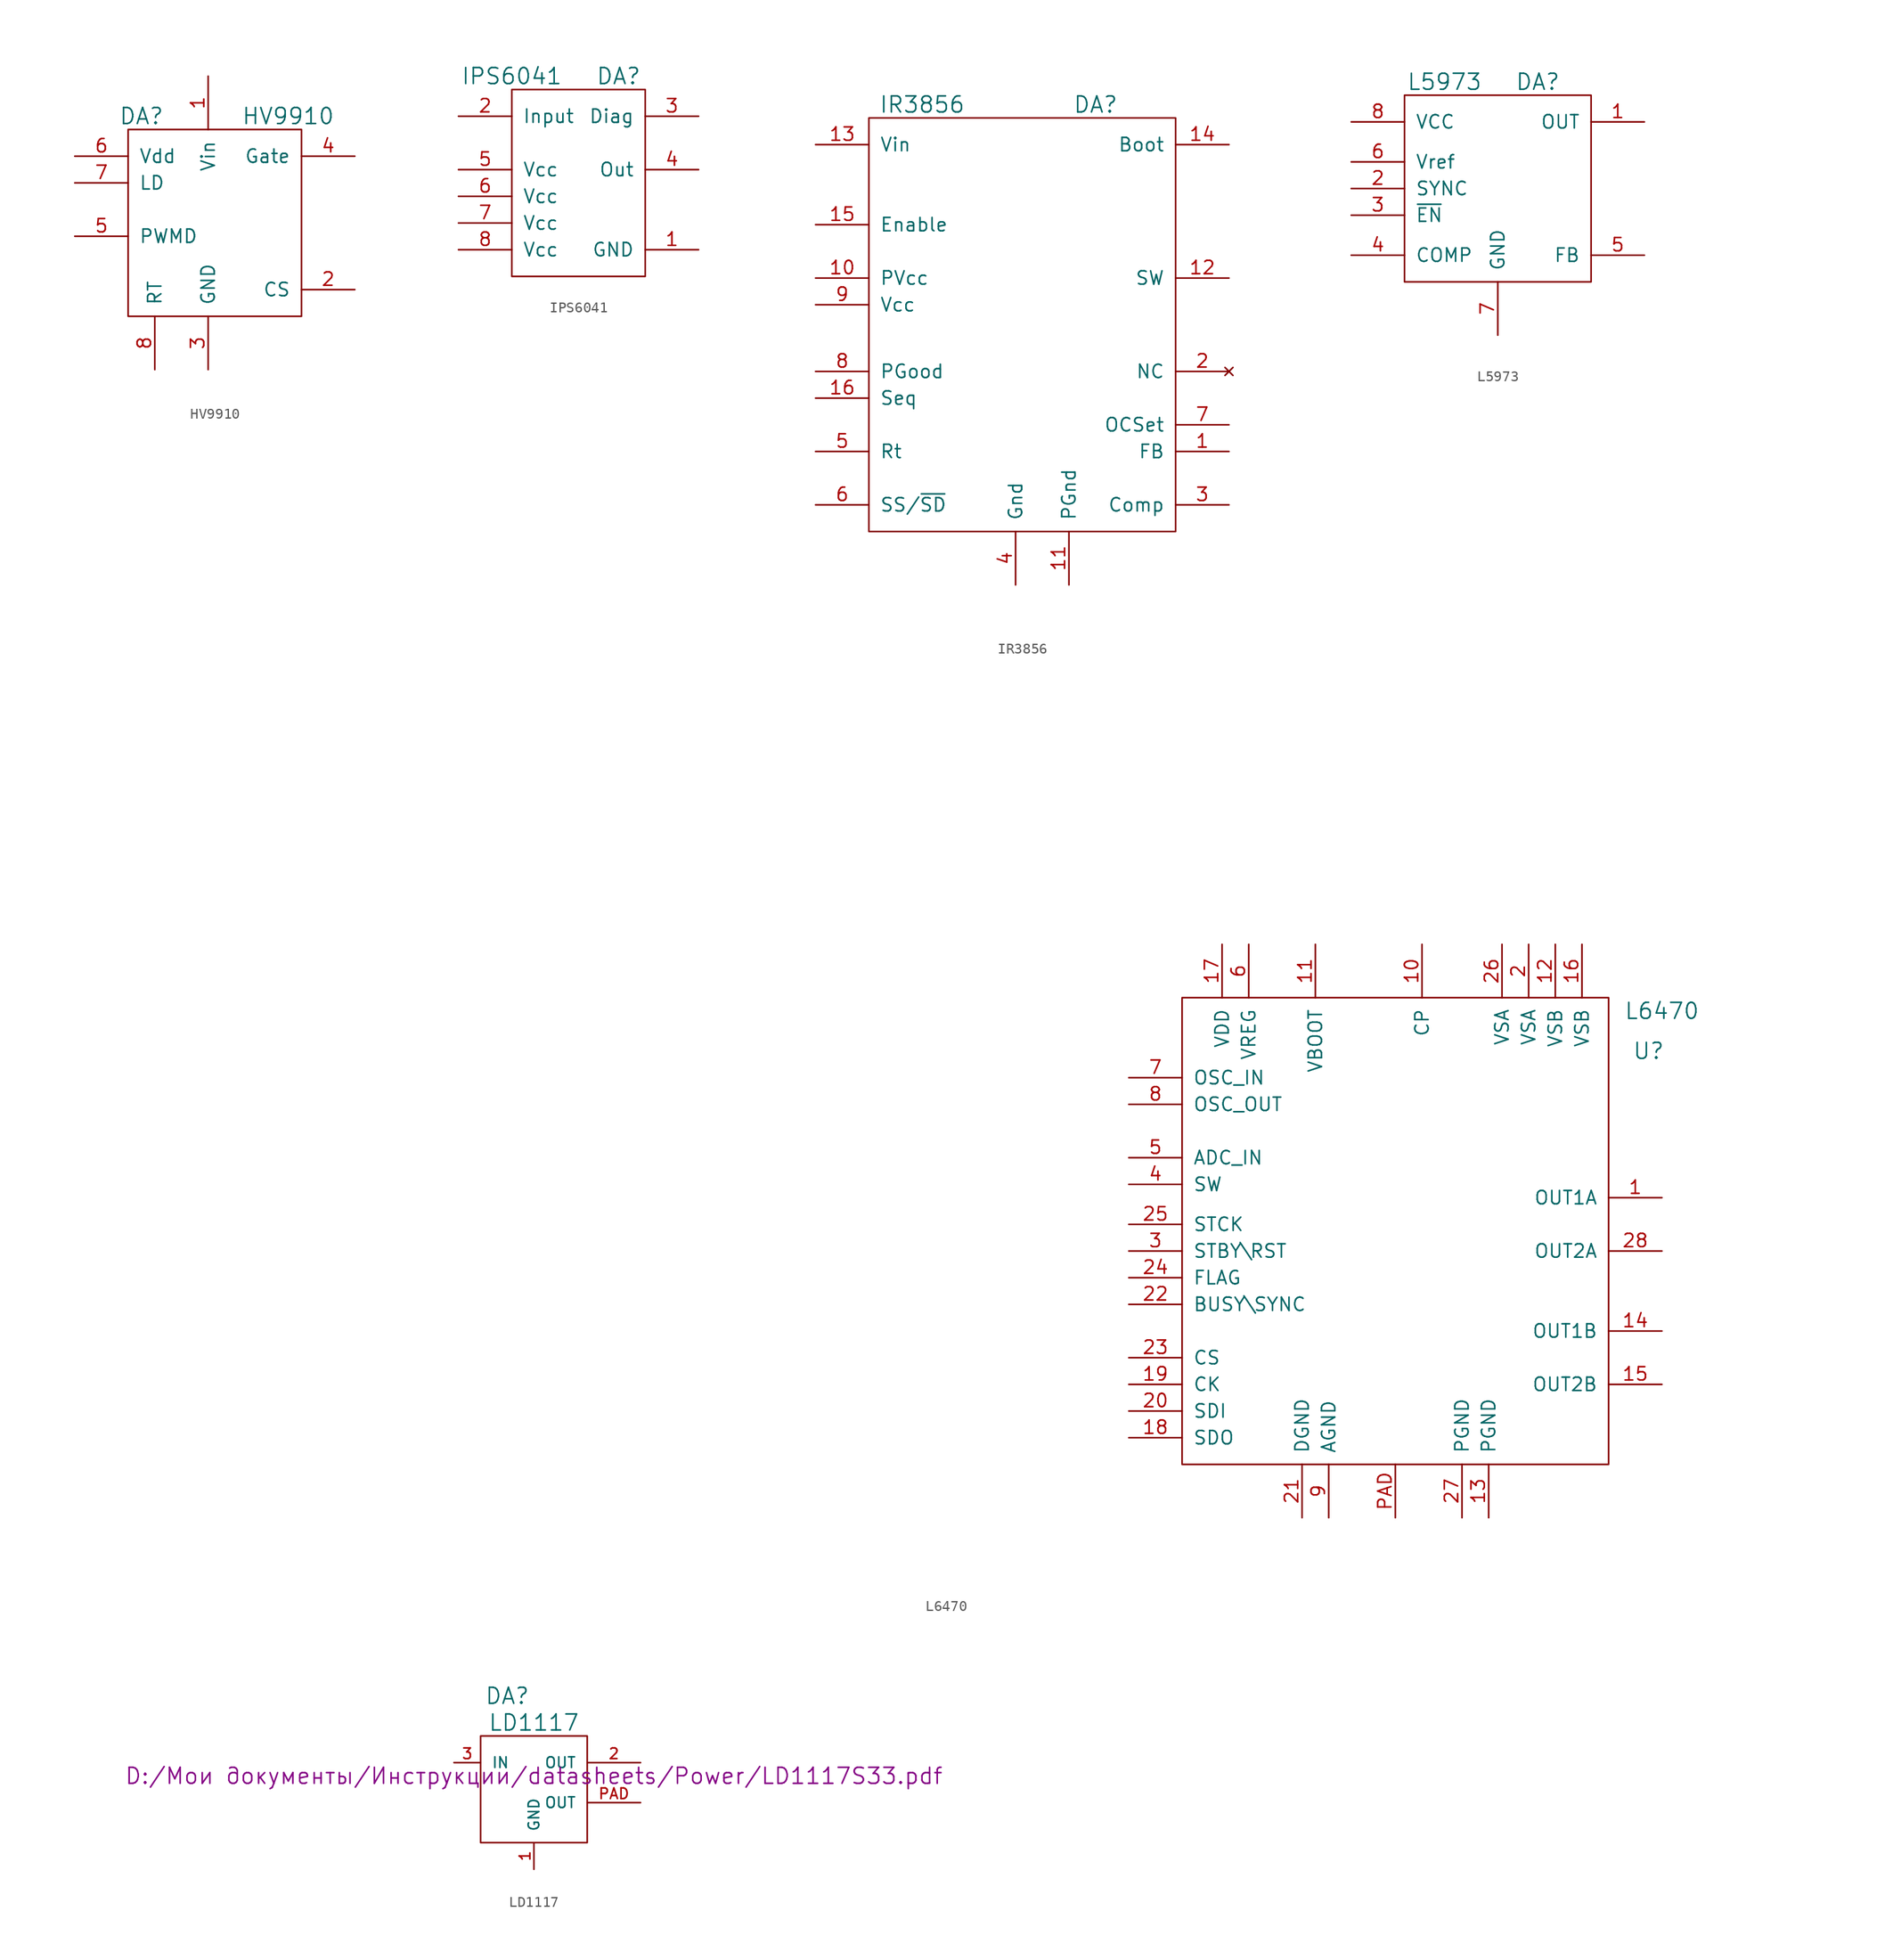
<source format=kicad_sym>
(kicad_symbol_lib
  (version 20231120)
  (generator "kicad_symbol_editor")
  (generator_version "8.0")
  (symbol "HV9910"
    (pin_names
      (offset 1.016))
    (property "Reference" "DA"
      (at -8.89 11.43 0)
      (effects (font (size 1.524 1.524))))
    (property "Value" "HV9910"
      (at 5.08 11.43 0)
      (effects (font (size 1.524 1.524))))
    (property "Footprint" ""
      (at 0 0 0)
      (effects (font (size 1.524 1.524))))
    (property "Datasheet" ""
      (at 0 0 0)
      (effects (font (size 1.524 1.524))))
    (symbol "HV9910_0_1"
      (rectangle (start -10.16 10.16) (end 6.35 -7.62) (stroke (width 0) (type default)) (fill (type none))))
    (symbol "HV9910_1_1"
      (pin power_in line (at -2.54 15.24 270) (length 5.08) (name "Vin" (effects (font (size 1.27 1.27)))) (number "1" (effects (font (size 1.27 1.27)))))
      (pin passive line (at 11.43 -5.08 180) (length 5.08) (name "CS" (effects (font (size 1.27 1.27)))) (number "2" (effects (font (size 1.27 1.27)))))
      (pin passive line (at -2.54 -12.7 90) (length 5.08) (name "GND" (effects (font (size 1.27 1.27)))) (number "3" (effects (font (size 1.27 1.27)))))
      (pin passive line (at 11.43 7.62 180) (length 5.08) (name "Gate" (effects (font (size 1.27 1.27)))) (number "4" (effects (font (size 1.27 1.27)))))
      (pin passive line (at -15.24 0 0) (length 5.08) (name "PWMD" (effects (font (size 1.27 1.27)))) (number "5" (effects (font (size 1.27 1.27)))))
      (pin passive line (at -15.24 7.62 0) (length 5.08) (name "Vdd" (effects (font (size 1.27 1.27)))) (number "6" (effects (font (size 1.27 1.27)))))
      (pin passive line (at -15.24 5.08 0) (length 5.08) (name "LD" (effects (font (size 1.27 1.27)))) (number "7" (effects (font (size 1.27 1.27)))))
      (pin passive line (at -7.62 -12.7 90) (length 5.08) (name "RT" (effects (font (size 1.27 1.27)))) (number "8" (effects (font (size 1.27 1.27)))))))
  (symbol "IPS6041"
    (pin_names
      (offset 1.016))
    (property "Reference" "DA"
      (at 3.81 11.43 0)
      (effects (font (size 1.524 1.524))))
    (property "Value" "IPS6041"
      (at -6.35 11.43 0)
      (effects (font (size 1.524 1.524))))
    (property "Datasheet" ""
      (at 0 0 0)
      (effects (font (size 1.524 1.524))))
    (symbol "IPS6041_0_1"
      (rectangle (start 6.35 -7.62) (end -6.35 10.16) (stroke (width 0) (type default)) (fill (type none))))
    (symbol "IPS6041_1_1"
      (pin power_in line (at 11.43 -5.08 180) (length 5.08) (name "GND" (effects (font (size 1.27 1.27)))) (number "1" (effects (font (size 1.27 1.27)))))
      (pin passive line (at -11.43 7.62 0) (length 5.08) (name "Input" (effects (font (size 1.27 1.27)))) (number "2" (effects (font (size 1.27 1.27)))))
      (pin passive line (at 11.43 7.62 180) (length 5.08) (name "Diag" (effects (font (size 1.27 1.27)))) (number "3" (effects (font (size 1.27 1.27)))))
      (pin passive line (at 11.43 2.54 180) (length 5.08) (name "Out" (effects (font (size 1.27 1.27)))) (number "4" (effects (font (size 1.27 1.27)))))
      (pin power_in line (at -11.43 2.54 0) (length 5.08) (name "Vcc" (effects (font (size 1.27 1.27)))) (number "5" (effects (font (size 1.27 1.27)))))
      (pin power_in line (at -11.43 0 0) (length 5.08) (name "Vcc" (effects (font (size 1.27 1.27)))) (number "6" (effects (font (size 1.27 1.27)))))
      (pin power_in line (at -11.43 -2.54 0) (length 5.08) (name "Vcc" (effects (font (size 1.27 1.27)))) (number "7" (effects (font (size 1.27 1.27)))))
      (pin power_in line (at -11.43 -5.08 0) (length 5.08) (name "Vcc" (effects (font (size 1.27 1.27)))) (number "8" (effects (font (size 1.27 1.27)))))))
  (symbol "IR3856"
    (pin_names
      (offset 1.016))
    (property "Reference" "DA"
      (at 7.62 20.32 0)
      (effects (font (size 1.524 1.524))))
    (property "Value" "IR3856"
      (at -8.89 20.32 0)
      (effects (font (size 1.524 1.524))))
    (property "Datasheet" ""
      (at 2.54 3.81 0)
      (effects (font (size 1.524 1.524))))
    (symbol "IR3856_0_1"
      (rectangle (start 15.24 -20.32) (end -13.97 19.05) (stroke (width 0) (type default)) (fill (type none))))
    (symbol "IR3856_1_1"
      (pin passive line (at 20.32 -12.7 180) (length 5.08) (name "FB" (effects (font (size 1.27 1.27)))) (number "1" (effects (font (size 1.27 1.27)))))
      (pin passive line (at -19.05 3.81 0) (length 5.08) (name "PVcc" (effects (font (size 1.27 1.27)))) (number "10" (effects (font (size 1.27 1.27)))))
      (pin passive line (at 5.08 -25.4 90) (length 5.08) (name "PGnd" (effects (font (size 1.27 1.27)))) (number "11" (effects (font (size 1.27 1.27)))))
      (pin passive line (at 20.32 3.81 180) (length 5.08) (name "SW" (effects (font (size 1.27 1.27)))) (number "12" (effects (font (size 1.27 1.27)))))
      (pin passive line (at -19.05 16.51 0) (length 5.08) (name "Vin" (effects (font (size 1.27 1.27)))) (number "13" (effects (font (size 1.27 1.27)))))
      (pin passive line (at 20.32 16.51 180) (length 5.08) (name "Boot" (effects (font (size 1.27 1.27)))) (number "14" (effects (font (size 1.27 1.27)))))
      (pin passive line (at -19.05 8.89 0) (length 5.08) (name "Enable" (effects (font (size 1.27 1.27)))) (number "15" (effects (font (size 1.27 1.27)))))
      (pin passive line (at -19.05 -7.62 0) (length 5.08) (name "Seq" (effects (font (size 1.27 1.27)))) (number "16" (effects (font (size 1.27 1.27)))))
      (pin no_connect line (at 20.32 -5.08 180) (length 5.08) (name "NC" (effects (font (size 1.27 1.27)))) (number "2" (effects (font (size 1.27 1.27)))))
      (pin passive line (at 20.32 -17.78 180) (length 5.08) (name "Comp" (effects (font (size 1.27 1.27)))) (number "3" (effects (font (size 1.27 1.27)))))
      (pin passive line (at 0 -25.4 90) (length 5.08) (name "Gnd" (effects (font (size 1.27 1.27)))) (number "4" (effects (font (size 1.27 1.27)))))
      (pin passive line (at -19.05 -12.7 0) (length 5.08) (name "Rt" (effects (font (size 1.27 1.27)))) (number "5" (effects (font (size 1.27 1.27)))))
      (pin passive line (at -19.05 -17.78 0) (length 5.08) (name "SS/~{SD}" (effects (font (size 1.27 1.27)))) (number "6" (effects (font (size 1.27 1.27)))))
      (pin passive line (at 20.32 -10.16 180) (length 5.08) (name "OCSet" (effects (font (size 1.27 1.27)))) (number "7" (effects (font (size 1.27 1.27)))))
      (pin passive line (at -19.05 -5.08 0) (length 5.08) (name "PGood" (effects (font (size 1.27 1.27)))) (number "8" (effects (font (size 1.27 1.27)))))
      (pin passive line (at -19.05 1.27 0) (length 5.08) (name "Vcc" (effects (font (size 1.27 1.27)))) (number "9" (effects (font (size 1.27 1.27)))))))
  (symbol "L5973"
    (pin_names
      (offset 1.016))
    (property "Reference" "DA"
      (at 3.81 10.16 0)
      (effects (font (size 1.524 1.524))))
    (property "Value" "L5973"
      (at -5.08 10.16 0)
      (effects (font (size 1.524 1.524))))
    (property "Footprint" ""
      (at 0 0 0)
      (effects (font (size 1.524 1.524))))
    (property "Datasheet" ""
      (at 0 0 0)
      (effects (font (size 1.524 1.524))))
    (symbol "L5973_0_1"
      (rectangle (start -8.89 8.89) (end 8.89 -8.89) (stroke (width 0) (type default)) (fill (type none))))
    (symbol "L5973_1_1"
      (pin passive line (at 13.97 6.35 180) (length 5.08) (name "OUT" (effects (font (size 1.27 1.27)))) (number "1" (effects (font (size 1.27 1.27)))))
      (pin passive line (at -13.97 0 0) (length 5.08) (name "SYNC" (effects (font (size 1.27 1.27)))) (number "2" (effects (font (size 1.27 1.27)))))
      (pin passive line (at -13.97 -2.54 0) (length 5.08) (name "~{EN}" (effects (font (size 1.27 1.27)))) (number "3" (effects (font (size 1.27 1.27)))))
      (pin passive line (at -13.97 -6.35 0) (length 5.08) (name "COMP" (effects (font (size 1.27 1.27)))) (number "4" (effects (font (size 1.27 1.27)))))
      (pin passive line (at 13.97 -6.35 180) (length 5.08) (name "FB" (effects (font (size 1.27 1.27)))) (number "5" (effects (font (size 1.27 1.27)))))
      (pin passive line (at -13.97 2.54 0) (length 5.08) (name "Vref" (effects (font (size 1.27 1.27)))) (number "6" (effects (font (size 1.27 1.27)))))
      (pin passive line (at 0 -13.97 90) (length 5.08) (name "GND" (effects (font (size 1.27 1.27)))) (number "7" (effects (font (size 1.27 1.27)))))
      (pin power_in line (at -13.97 6.35 0) (length 5.08) (name "VCC" (effects (font (size 1.27 1.27)))) (number "8" (effects (font (size 1.27 1.27)))))))
  (symbol "L6470"
    (pin_names
      (offset 1.016))
    (property "Reference" "U"
      (at 24.13 16.51 0)
      (effects (font (size 1.524 1.524))))
    (property "Value" "L6470"
      (at 25.4 20.32 0)
      (effects (font (size 1.524 1.524))))
    (property "Footprint" ""
      (at -114.3 41.91 0)
      (effects (font (size 1.524 1.524))))
    (property "Datasheet" ""
      (at -114.3 41.91 0)
      (effects (font (size 1.524 1.524))))
    (symbol "L6470_0_1"
      (rectangle (start -20.32 21.59) (end 20.32 -22.86) (stroke (width 0) (type default)) (fill (type none))))
    (symbol "L6470_1_1"
      (pin power_out line (at 25.4 2.54 180) (length 5.08) (name "OUT1A" (effects (font (size 1.27 1.27)))) (number "1" (effects (font (size 1.27 1.27)))))
      (pin output line (at 2.54 26.67 270) (length 5.08) (name "CP" (effects (font (size 1.27 1.27)))) (number "10" (effects (font (size 1.27 1.27)))))
      (pin input line (at -7.62 26.67 270) (length 5.08) (name "VBOOT" (effects (font (size 1.27 1.27)))) (number "11" (effects (font (size 1.27 1.27)))))
      (pin power_in line (at 15.24 26.67 270) (length 5.08) (name "VSB" (effects (font (size 1.27 1.27)))) (number "12" (effects (font (size 1.27 1.27)))))
      (pin passive line (at 8.89 -27.94 90) (length 5.08) (name "PGND" (effects (font (size 1.27 1.27)))) (number "13" (effects (font (size 1.27 1.27)))))
      (pin power_out line (at 25.4 -10.16 180) (length 5.08) (name "OUT1B" (effects (font (size 1.27 1.27)))) (number "14" (effects (font (size 1.27 1.27)))))
      (pin power_out line (at 25.4 -15.24 180) (length 5.08) (name "OUT2B" (effects (font (size 1.27 1.27)))) (number "15" (effects (font (size 1.27 1.27)))))
      (pin power_in line (at 17.78 26.67 270) (length 5.08) (name "VSB" (effects (font (size 1.27 1.27)))) (number "16" (effects (font (size 1.27 1.27)))))
      (pin power_in line (at -16.51 26.67 270) (length 5.08) (name "VDD" (effects (font (size 1.27 1.27)))) (number "17" (effects (font (size 1.27 1.27)))))
      (pin output line (at -25.4 -20.32 0) (length 5.08) (name "SDO" (effects (font (size 1.27 1.27)))) (number "18" (effects (font (size 1.27 1.27)))))
      (pin input line (at -25.4 -15.24 0) (length 5.08) (name "CK" (effects (font (size 1.27 1.27)))) (number "19" (effects (font (size 1.27 1.27)))))
      (pin power_in line (at 12.7 26.67 270) (length 5.08) (name "VSA" (effects (font (size 1.27 1.27)))) (number "2" (effects (font (size 1.27 1.27)))))
      (pin input line (at -25.4 -17.78 0) (length 5.08) (name "SDI" (effects (font (size 1.27 1.27)))) (number "20" (effects (font (size 1.27 1.27)))))
      (pin passive line (at -8.89 -27.94 90) (length 5.08) (name "DGND" (effects (font (size 1.27 1.27)))) (number "21" (effects (font (size 1.27 1.27)))))
      (pin passive line (at -25.4 -7.62 0) (length 5.08) (name "BUSY\\SYNC" (effects (font (size 1.27 1.27)))) (number "22" (effects (font (size 1.27 1.27)))))
      (pin input line (at -25.4 -12.7 0) (length 5.08) (name "CS" (effects (font (size 1.27 1.27)))) (number "23" (effects (font (size 1.27 1.27)))))
      (pin passive line (at -25.4 -5.08 0) (length 5.08) (name "FLAG" (effects (font (size 1.27 1.27)))) (number "24" (effects (font (size 1.27 1.27)))))
      (pin output line (at -25.4 0 0) (length 5.08) (name "STCK" (effects (font (size 1.27 1.27)))) (number "25" (effects (font (size 1.27 1.27)))))
      (pin power_in line (at 10.16 26.67 270) (length 5.08) (name "VSA" (effects (font (size 1.27 1.27)))) (number "26" (effects (font (size 1.27 1.27)))))
      (pin passive line (at 6.35 -27.94 90) (length 5.08) (name "PGND" (effects (font (size 1.27 1.27)))) (number "27" (effects (font (size 1.27 1.27)))))
      (pin power_out line (at 25.4 -2.54 180) (length 5.08) (name "OUT2A" (effects (font (size 1.27 1.27)))) (number "28" (effects (font (size 1.27 1.27)))))
      (pin input line (at -25.4 -2.54 0) (length 5.08) (name "STBY\\RST" (effects (font (size 1.27 1.27)))) (number "3" (effects (font (size 1.27 1.27)))))
      (pin output line (at -25.4 3.81 0) (length 5.08) (name "SW" (effects (font (size 1.27 1.27)))) (number "4" (effects (font (size 1.27 1.27)))))
      (pin input line (at -25.4 6.35 0) (length 5.08) (name "ADC_IN" (effects (font (size 1.27 1.27)))) (number "5" (effects (font (size 1.27 1.27)))))
      (pin power_out line (at -13.97 26.67 270) (length 5.08) (name "VREG" (effects (font (size 1.27 1.27)))) (number "6" (effects (font (size 1.27 1.27)))))
      (pin input line (at -25.4 13.97 0) (length 5.08) (name "OSC_IN" (effects (font (size 1.27 1.27)))) (number "7" (effects (font (size 1.27 1.27)))))
      (pin output line (at -25.4 11.43 0) (length 5.08) (name "OSC_OUT" (effects (font (size 1.27 1.27)))) (number "8" (effects (font (size 1.27 1.27)))))
      (pin passive line (at -6.35 -27.94 90) (length 5.08) (name "AGND" (effects (font (size 1.27 1.27)))) (number "9" (effects (font (size 1.27 1.27)))))
      (pin passive line (at 0 -27.94 90) (length 5.08) (name "~" (effects (font (size 1.27 1.27)))) (number "PAD" (effects (font (size 1.27 1.27)))))))
  (symbol "LD1117"
    (pin_names
      (offset 1.016))
    (property "Reference" "DA"
      (at -2.54 7.62 0)
      (effects (font (size 1.524 1.524))))
    (property "Value" "LD1117"
      (at 0 5.08 0)
      (effects (font (size 1.524 1.524))))
    (property "Footprint" ""
      (at 0 0 0)
      (effects (font (size 1.524 1.524))))
    (property "Datasheet" "D:/Мои документы/Инструкции/datasheets/Power/LD1117S33.pdf"
      (at 0 0 0)
      (effects (font (size 1.524 1.524))))
    (symbol "LD1117_0_1"
      (rectangle (start -5.08 3.81) (end 5.08 -6.35) (stroke (width 0) (type default)) (fill (type none))))
    (symbol "LD1117_1_1"
      (pin power_in line (at 0 -8.89 90) (length 2.54) (name "GND" (effects (font (size 1.016 1.016)))) (number "1" (effects (font (size 1.016 1.016)))))
      (pin power_out line (at 10.16 1.27 180) (length 5.08) (name "OUT" (effects (font (size 1.016 1.016)))) (number "2" (effects (font (size 1.016 1.016)))))
      (pin power_in line (at -7.62 1.27 0) (length 2.54) (name "IN" (effects (font (size 1.016 1.016)))) (number "3" (effects (font (size 1.016 1.016)))))
      (pin passive line (at 10.16 -2.54 180) (length 5.08) (name "OUT" (effects (font (size 1.016 1.016)))) (number "PAD" (effects (font (size 1.016 1.016))))))))
</source>
